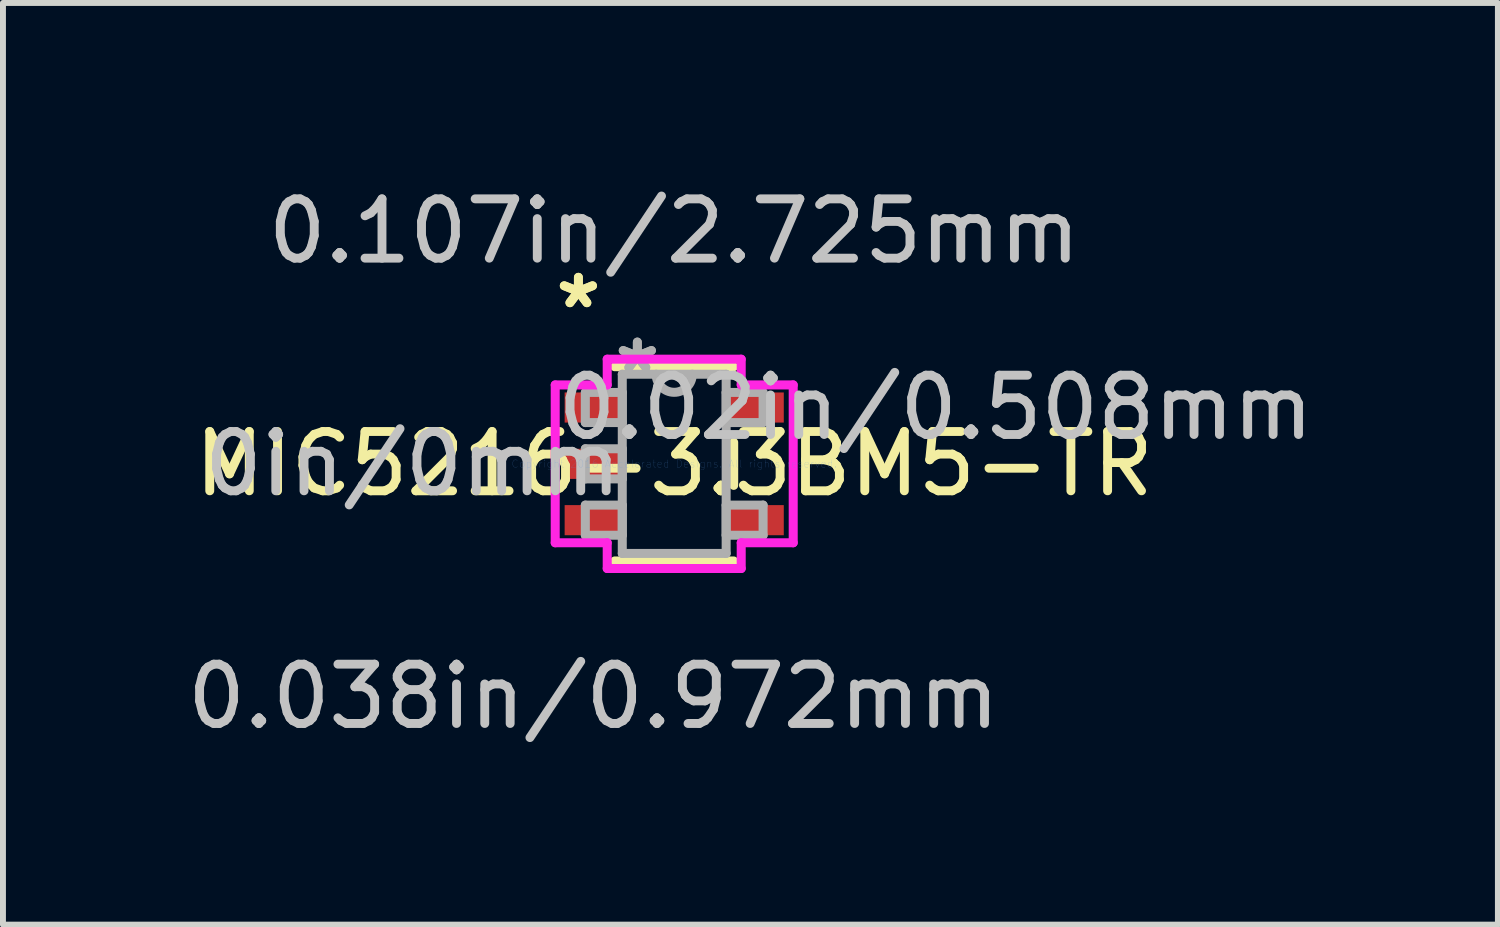
<source format=kicad_pcb>
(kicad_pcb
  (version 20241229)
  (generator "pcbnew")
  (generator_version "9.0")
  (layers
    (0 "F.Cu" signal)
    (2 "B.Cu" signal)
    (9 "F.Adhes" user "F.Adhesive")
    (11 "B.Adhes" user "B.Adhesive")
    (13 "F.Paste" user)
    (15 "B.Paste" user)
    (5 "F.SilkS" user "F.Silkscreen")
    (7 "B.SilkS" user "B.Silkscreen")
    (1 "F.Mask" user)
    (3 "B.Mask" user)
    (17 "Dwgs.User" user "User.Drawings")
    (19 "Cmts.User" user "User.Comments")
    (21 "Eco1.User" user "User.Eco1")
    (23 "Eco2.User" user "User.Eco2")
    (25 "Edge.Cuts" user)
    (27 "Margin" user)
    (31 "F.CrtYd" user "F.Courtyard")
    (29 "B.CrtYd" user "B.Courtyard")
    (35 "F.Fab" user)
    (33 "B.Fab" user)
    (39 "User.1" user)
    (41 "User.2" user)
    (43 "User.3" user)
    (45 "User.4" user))
  (footprint "MIC5216-3.3BM5-TR"
    (layer "F.Cu")
    (at 8.321 4.773)
    (property "Reference" "MIC5216-3.3BM5-TR" (at 0 0 0) (layer "F.SilkS") (effects (font (size 1 1) (thickness 0.15))))
    (attr through_hole)
    (fp_line (start -1.003 1.638) (end 1.003 1.638) (stroke (width 0.152) (type solid)) (layer "F.SilkS"))
    (fp_line (start 1.003 -1.638) (end -1.003 -1.638) (stroke (width 0.152) (type solid)) (layer "F.SilkS"))
    (fp_line (start 1.003 0.363) (end 1.003 -0.363) (stroke (width 0.152) (type solid)) (layer "F.SilkS"))
    (fp_line (start -2.007 -1.331) (end -1.13 -1.331) (stroke (width 0.152) (type solid)) (layer "F.CrtYd"))
    (fp_line (start -2.007 1.331) (end -2.007 -1.331) (stroke (width 0.152) (type solid)) (layer "F.CrtYd"))
    (fp_line (start -1.13 -1.765) (end 1.13 -1.765) (stroke (width 0.152) (type solid)) (layer "F.CrtYd"))
    (fp_line (start -1.13 -1.331) (end -1.13 -1.765) (stroke (width 0.152) (type solid)) (layer "F.CrtYd"))
    (fp_line (start -1.13 1.331) (end -2.007 1.331) (stroke (width 0.152) (type solid)) (layer "F.CrtYd"))
    (fp_line (start -1.13 1.765) (end -1.13 1.331) (stroke (width 0.152) (type solid)) (layer "F.CrtYd"))
    (fp_line (start 1.13 -1.765) (end 1.13 -1.331) (stroke (width 0.152) (type solid)) (layer "F.CrtYd"))
    (fp_line (start 1.13 -1.331) (end 2.007 -1.331) (stroke (width 0.152) (type solid)) (layer "F.CrtYd"))
    (fp_line (start 1.13 1.331) (end 1.13 1.765) (stroke (width 0.152) (type solid)) (layer "F.CrtYd"))
    (fp_line (start 1.13 1.765) (end -1.13 1.765) (stroke (width 0.152) (type solid)) (layer "F.CrtYd"))
    (fp_line (start 2.007 -1.331) (end 2.007 1.331) (stroke (width 0.152) (type solid)) (layer "F.CrtYd"))
    (fp_line (start 2.007 1.331) (end 1.13 1.331) (stroke (width 0.152) (type solid)) (layer "F.CrtYd"))
    (fp_line (start -1.499 -1.204) (end -1.499 -0.696) (stroke (width 0.152) (type solid)) (layer "F.Fab"))
    (fp_line (start -1.499 -0.696) (end -0.876 -0.696) (stroke (width 0.152) (type solid)) (layer "F.Fab"))
    (fp_line (start -1.499 -0.254) (end -1.499 0.254) (stroke (width 0.152) (type solid)) (layer "F.Fab"))
    (fp_line (start -1.499 0.254) (end -0.876 0.254) (stroke (width 0.152) (type solid)) (layer "F.Fab"))
    (fp_line (start -1.499 0.696) (end -1.499 1.204) (stroke (width 0.152) (type solid)) (layer "F.Fab"))
    (fp_line (start -1.499 1.204) (end -0.876 1.204) (stroke (width 0.152) (type solid)) (layer "F.Fab"))
    (fp_line (start -0.876 -1.511) (end -0.876 1.511) (stroke (width 0.152) (type solid)) (layer "F.Fab"))
    (fp_line (start -0.876 -1.204) (end -1.499 -1.204) (stroke (width 0.152) (type solid)) (layer "F.Fab"))
    (fp_line (start -0.876 -0.696) (end -0.876 -1.204) (stroke (width 0.152) (type solid)) (layer "F.Fab"))
    (fp_line (start -0.876 -0.254) (end -1.499 -0.254) (stroke (width 0.152) (type solid)) (layer "F.Fab"))
    (fp_line (start -0.876 0.254) (end -0.876 -0.254) (stroke (width 0.152) (type solid)) (layer "F.Fab"))
    (fp_line (start -0.876 0.696) (end -1.499 0.696) (stroke (width 0.152) (type solid)) (layer "F.Fab"))
    (fp_line (start -0.876 1.204) (end -0.876 0.696) (stroke (width 0.152) (type solid)) (layer "F.Fab"))
    (fp_line (start -0.876 1.511) (end 0.876 1.511) (stroke (width 0.152) (type solid)) (layer "F.Fab"))
    (fp_line (start 0.876 -1.511) (end -0.876 -1.511) (stroke (width 0.152) (type solid)) (layer "F.Fab"))
    (fp_line (start 0.876 -1.204) (end 0.876 -0.696) (stroke (width 0.152) (type solid)) (layer "F.Fab"))
    (fp_line (start 0.876 -0.696) (end 1.499 -0.696) (stroke (width 0.152) (type solid)) (layer "F.Fab"))
    (fp_line (start 0.876 0.696) (end 0.876 1.204) (stroke (width 0.152) (type solid)) (layer "F.Fab"))
    (fp_line (start 0.876 1.204) (end 1.499 1.204) (stroke (width 0.152) (type solid)) (layer "F.Fab"))
    (fp_line (start 0.876 1.511) (end 0.876 -1.511) (stroke (width 0.152) (type solid)) (layer "F.Fab"))
    (fp_line (start 1.499 -1.204) (end 0.876 -1.204) (stroke (width 0.152) (type solid)) (layer "F.Fab"))
    (fp_line (start 1.499 -0.696) (end 1.499 -1.204) (stroke (width 0.152) (type solid)) (layer "F.Fab"))
    (fp_line (start 1.499 0.696) (end 0.876 0.696) (stroke (width 0.152) (type solid)) (layer "F.Fab"))
    (fp_line (start 1.499 1.204) (end 1.499 0.696) (stroke (width 0.152) (type solid)) (layer "F.Fab"))
    (fp_arc (start 0.3048 -1.5113) (mid 0 -1.2065) (end -0.3048 -1.5113) (stroke (width 0.1524) (type solid)) (layer "F.Fab"))
    (fp_text user "*" (at -1.616 -2.601 0) (layer "F.SilkS") (effects (font (size 1 1) (thickness 0.15))))
    (fp_text user "*" (at -1.616 -2.601 0) (layer "F.SilkS") (effects (font (size 1 1) (thickness 0.15))))
    (fp_text user "0in/0mm" (at -4.41 0 0) (layer "Dwgs.User") (effects (font (size 1 1) (thickness 0.15))))
    (fp_text user "0.02in/0.508mm" (at 4.41 -0.95 0) (layer "Dwgs.User") (effects (font (size 1 1) (thickness 0.15))))
    (fp_text user "0.107in/2.725mm" (at 0 -3.924 0) (layer "Dwgs.User") (effects (font (size 1 1) (thickness 0.15))))
    (fp_text user "0.038in/0.972mm" (at -1.362 3.924 0) (layer "Dwgs.User") (effects (font (size 1 1) (thickness 0.15))))
    (fp_text user "Copyright 2016 Accelerated Designs. All rights reserved." (at 0 0 0) (layer "Cmts.User") (effects (font (size 0.127 0.127) (thickness 0.002))))
    (fp_text user "*" (at -0.622 -1.509 0) (layer "F.Fab") (effects (font (size 1 1) (thickness 0.15))))
    (fp_text user "*" (at -0.622 -1.509 0) (layer "F.Fab") (effects (font (size 1 1) (thickness 0.15))))
    (pad "1" smd rect (at -1.362 -0.95) (size 0.972 0.508) (layers "F.Cu" "F.Mask" "F.Paste"))
    (pad "2" smd rect (at -1.362 0) (size 0.972 0.508) (layers "F.Cu" "F.Mask" "F.Paste"))
    (pad "3" smd rect (at -1.362 0.95) (size 0.972 0.508) (layers "F.Cu" "F.Mask" "F.Paste"))
    (pad "4" smd rect (at 1.362 0.95) (size 0.972 0.508) (layers "F.Cu" "F.Mask" "F.Paste"))
    (pad "5" smd rect (at 1.362 -0.95) (size 0.972 0.508) (layers "F.Cu" "F.Mask" "F.Paste")))
  (gr_rect
    (start -3 -3)
    (end 22.213 12.545)
    (stroke (width 0.1) (type default))
    (fill no)
    (layer "Edge.Cuts")))
</source>
